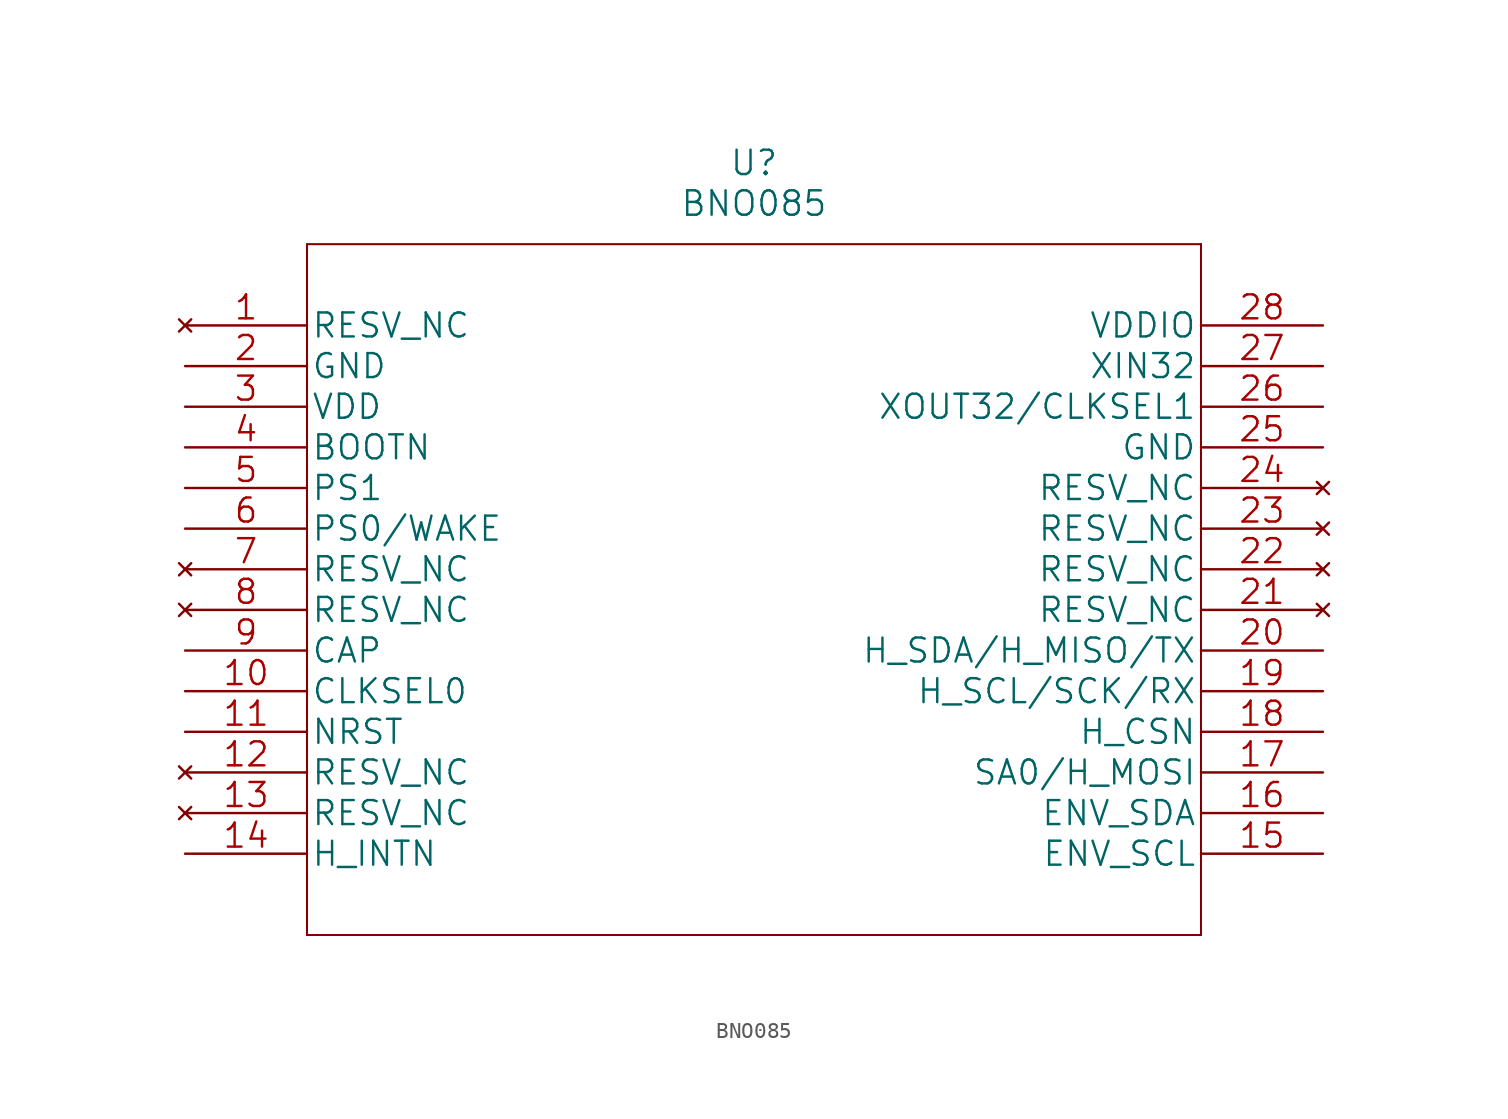
<source format=kicad_sym>
(kicad_symbol_lib
  (version 20211014)
  (generator kicad_symbol_editor)
  (symbol "BNO085"
    (pin_names
      (offset 0.254))
    (property "Reference" "U"
      (at 35.56 10.16 0)
      (effects (font (size 1.524 1.524))))
    (property "Value" "BNO085"
      (at 35.56 7.62 0)
      (effects (font (size 1.524 1.524))))
    (property "Datasheet" ""
      (at 0 0 0)
      (effects (font (size 1.524 1.524))))
    (property "ki_locked" ""
      (at 0 0 0)
      (effects (font (size 1.27 1.27))))
    (symbol "BNO085_1_1"
      (polyline (pts (xy 7.62 -38.1) (xy 63.5 -38.1)) (stroke (width 0.127) (type default) (color 0 0 0 0)) (fill (type none)))
      (polyline (pts (xy 7.62 5.08) (xy 7.62 -38.1)) (stroke (width 0.127) (type default) (color 0 0 0 0)) (fill (type none)))
      (polyline (pts (xy 63.5 -38.1) (xy 63.5 5.08)) (stroke (width 0.127) (type default) (color 0 0 0 0)) (fill (type none)))
      (polyline (pts (xy 63.5 5.08) (xy 7.62 5.08)) (stroke (width 0.127) (type default) (color 0 0 0 0)) (fill (type none)))
      (pin no_connect line (at 0 0 0) (length 7.62) (name "RESV_NC" (effects (font (size 1.499 1.499)))) (number "1" (effects (font (size 1.499 1.499)))))
      (pin input line (at 0 -22.86 0) (length 7.62) (name "CLKSEL0" (effects (font (size 1.499 1.499)))) (number "10" (effects (font (size 1.499 1.499)))))
      (pin input line (at 0 -25.4 0) (length 7.62) (name "NRST" (effects (font (size 1.499 1.499)))) (number "11" (effects (font (size 1.499 1.499)))))
      (pin no_connect line (at 0 -27.94 0) (length 7.62) (name "RESV_NC" (effects (font (size 1.499 1.499)))) (number "12" (effects (font (size 1.499 1.499)))))
      (pin no_connect line (at 0 -30.48 0) (length 7.62) (name "RESV_NC" (effects (font (size 1.499 1.499)))) (number "13" (effects (font (size 1.499 1.499)))))
      (pin output line (at 0 -33.02 0) (length 7.62) (name "H_INTN" (effects (font (size 1.499 1.499)))) (number "14" (effects (font (size 1.499 1.499)))))
      (pin bidirectional line (at 71.12 -33.02 180) (length 7.62) (name "ENV_SCL" (effects (font (size 1.499 1.499)))) (number "15" (effects (font (size 1.499 1.499)))))
      (pin bidirectional line (at 71.12 -30.48 180) (length 7.62) (name "ENV_SDA" (effects (font (size 1.499 1.499)))) (number "16" (effects (font (size 1.499 1.499)))))
      (pin input line (at 71.12 -27.94 180) (length 7.62) (name "SA0/H_MOSI" (effects (font (size 1.499 1.499)))) (number "17" (effects (font (size 1.499 1.499)))))
      (pin input line (at 71.12 -25.4 180) (length 7.62) (name "H_CSN" (effects (font (size 1.499 1.499)))) (number "18" (effects (font (size 1.499 1.499)))))
      (pin bidirectional line (at 71.12 -22.86 180) (length 7.62) (name "H_SCL/SCK/RX" (effects (font (size 1.499 1.499)))) (number "19" (effects (font (size 1.499 1.499)))))
      (pin power_in line (at 0 -2.54 0) (length 7.62) (name "GND" (effects (font (size 1.499 1.499)))) (number "2" (effects (font (size 1.499 1.499)))))
      (pin bidirectional line (at 71.12 -20.32 180) (length 7.62) (name "H_SDA/H_MISO/TX" (effects (font (size 1.499 1.499)))) (number "20" (effects (font (size 1.499 1.499)))))
      (pin no_connect line (at 71.12 -17.78 180) (length 7.62) (name "RESV_NC" (effects (font (size 1.499 1.499)))) (number "21" (effects (font (size 1.499 1.499)))))
      (pin no_connect line (at 71.12 -15.24 180) (length 7.62) (name "RESV_NC" (effects (font (size 1.499 1.499)))) (number "22" (effects (font (size 1.499 1.499)))))
      (pin no_connect line (at 71.12 -12.7 180) (length 7.62) (name "RESV_NC" (effects (font (size 1.499 1.499)))) (number "23" (effects (font (size 1.499 1.499)))))
      (pin no_connect line (at 71.12 -10.16 180) (length 7.62) (name "RESV_NC" (effects (font (size 1.499 1.499)))) (number "24" (effects (font (size 1.499 1.499)))))
      (pin power_in line (at 71.12 -7.62 180) (length 7.62) (name "GND" (effects (font (size 1.499 1.499)))) (number "25" (effects (font (size 1.499 1.499)))))
      (pin output line (at 71.12 -5.08 180) (length 7.62) (name "XOUT32/CLKSEL1" (effects (font (size 1.499 1.499)))) (number "26" (effects (font (size 1.499 1.499)))))
      (pin input line (at 71.12 -2.54 180) (length 7.62) (name "XIN32" (effects (font (size 1.499 1.499)))) (number "27" (effects (font (size 1.499 1.499)))))
      (pin power_in line (at 71.12 0 180) (length 7.62) (name "VDDIO" (effects (font (size 1.499 1.499)))) (number "28" (effects (font (size 1.499 1.499)))))
      (pin power_in line (at 0 -5.08 0) (length 7.62) (name "VDD" (effects (font (size 1.499 1.499)))) (number "3" (effects (font (size 1.499 1.499)))))
      (pin input line (at 0 -7.62 0) (length 7.62) (name "BOOTN" (effects (font (size 1.499 1.499)))) (number "4" (effects (font (size 1.499 1.499)))))
      (pin input line (at 0 -10.16 0) (length 7.62) (name "PS1" (effects (font (size 1.499 1.499)))) (number "5" (effects (font (size 1.499 1.499)))))
      (pin input line (at 0 -12.7 0) (length 7.62) (name "PS0/WAKE" (effects (font (size 1.499 1.499)))) (number "6" (effects (font (size 1.499 1.499)))))
      (pin no_connect line (at 0 -15.24 0) (length 7.62) (name "RESV_NC" (effects (font (size 1.499 1.499)))) (number "7" (effects (font (size 1.499 1.499)))))
      (pin no_connect line (at 0 -17.78 0) (length 7.62) (name "RESV_NC" (effects (font (size 1.499 1.499)))) (number "8" (effects (font (size 1.499 1.499)))))
      (pin power_in line (at 0 -20.32 0) (length 7.62) (name "CAP" (effects (font (size 1.499 1.499)))) (number "9" (effects (font (size 1.499 1.499))))))))
</source>
